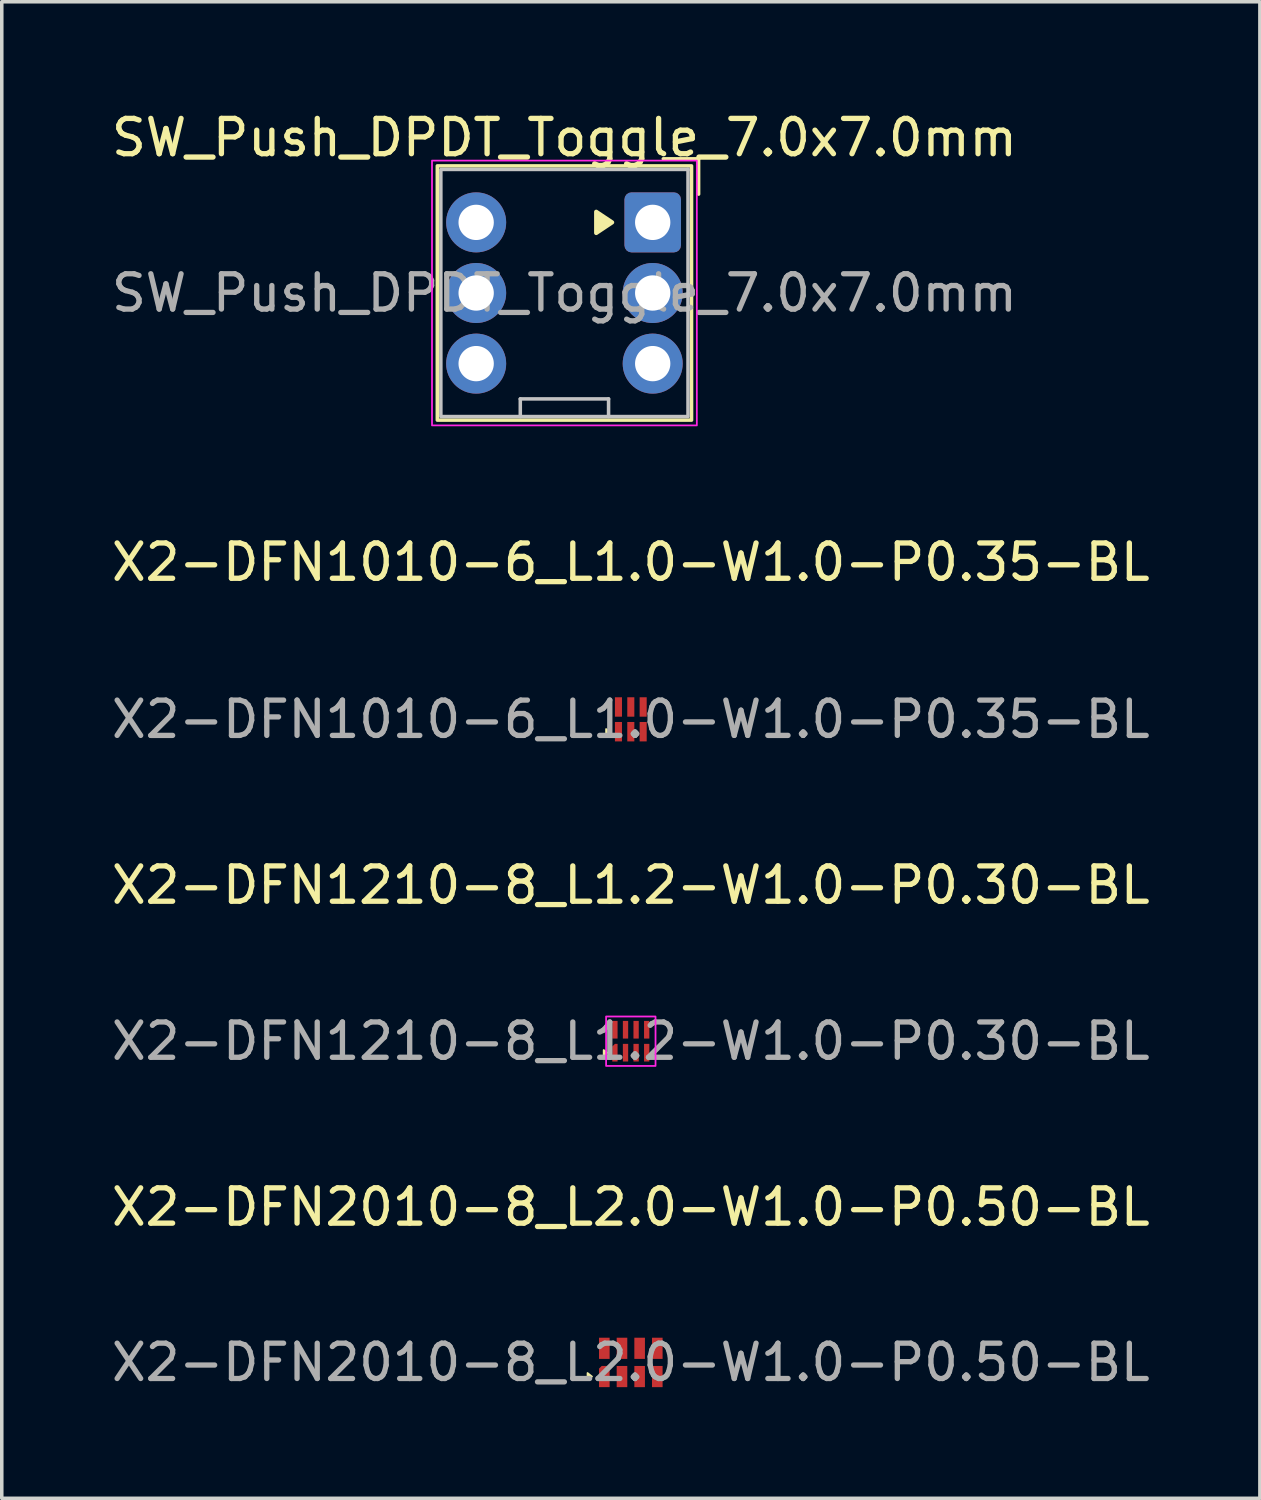
<source format=kicad_pcb>
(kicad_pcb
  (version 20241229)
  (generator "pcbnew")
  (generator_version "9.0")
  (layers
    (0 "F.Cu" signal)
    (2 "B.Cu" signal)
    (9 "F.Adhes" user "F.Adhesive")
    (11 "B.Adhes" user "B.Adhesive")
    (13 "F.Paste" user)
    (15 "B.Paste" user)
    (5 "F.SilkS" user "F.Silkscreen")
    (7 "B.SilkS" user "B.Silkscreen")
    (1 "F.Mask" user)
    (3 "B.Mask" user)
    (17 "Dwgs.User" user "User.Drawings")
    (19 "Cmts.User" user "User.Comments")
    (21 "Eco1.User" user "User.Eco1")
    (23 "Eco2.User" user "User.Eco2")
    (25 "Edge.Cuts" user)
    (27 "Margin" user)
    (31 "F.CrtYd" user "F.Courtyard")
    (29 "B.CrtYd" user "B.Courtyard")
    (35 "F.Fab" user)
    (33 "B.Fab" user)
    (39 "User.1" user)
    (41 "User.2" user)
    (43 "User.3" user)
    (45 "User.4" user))
  (footprint "SW_Push_DPDT_Toggle_7.0x7.0mm"
    (layer "F.Cu")
    (at 12.935 5.248)
    (property "Reference" "SW_Push_DPDT_Toggle_7.0x7.0mm" (at 0 -4.4 0) (layer "F.SilkS") (effects (font (size 1 1) (thickness 0.15))))
    (attr through_hole)
    (fp_line (start 3.8 -3.8) (end 2.8 -3.8) (stroke (width 0.1) (type default)) (layer "F.SilkS"))
    (fp_line (start 3.8 -2.8) (end 3.8 -3.8) (stroke (width 0.1) (type default)) (layer "F.SilkS"))
    (fp_rect (start -3.6 -3.6) (end 3.6 3.6) (stroke (width 0.1) (type default)) (fill no) (layer "F.SilkS"))
    (fp_poly (pts (xy 0.9 -1.7) (xy 0.9 -2.3) (xy 1.35 -2)) (stroke (width 0.12) (type solid)) (fill yes) (layer "F.SilkS"))
    (fp_line (start -1.25 3) (end -1.25 3.5) (stroke (width 0.1) (type default)) (layer "Dwgs.User"))
    (fp_line (start 1.25 3) (end -1.25 3) (stroke (width 0.1) (type default)) (layer "Dwgs.User"))
    (fp_line (start 1.25 3) (end 1.25 3.5) (stroke (width 0.1) (type default)) (layer "Dwgs.User"))
    (fp_rect (start -3.5 -3.5) (end 3.5 3.5) (stroke (width 0.1) (type default)) (fill no) (layer "Dwgs.User"))
    (fp_rect (start -3.75 -3.75) (end 3.75 3.75) (stroke (width 0.05) (type default)) (fill no) (layer "F.CrtYd"))
    (fp_circle (center 3.5 -3.5) (end 3.53 -3.5) (stroke (width 0.06) (type solid)) (fill no) (layer "F.Fab"))
    (fp_text user "${REFERENCE}" (at 0 0 0) (layer "F.Fab") (effects (font (size 1 1) (thickness 0.15))))
    (pad "1" thru_hole roundrect (at 2.5 -2 90) (size 1.7 1.6) (drill 1) (layers "*.Cu" "*.Mask") (roundrect_rratio 0.125))
    (pad "2" thru_hole circle (at 2.5 0 90) (size 1.7 1.7) (drill 1) (layers "*.Cu" "*.Mask"))
    (pad "3" thru_hole circle (at 2.5 2 90) (size 1.7 1.7) (drill 1) (layers "*.Cu" "*.Mask"))
    (pad "4" thru_hole circle (at -2.5 -2 90) (size 1.7 1.7) (drill 1) (layers "*.Cu" "*.Mask"))
    (pad "5" thru_hole circle (at -2.5 0 90) (size 1.7 1.7) (drill 1) (layers "*.Cu" "*.Mask"))
    (pad "6" thru_hole circle (at -2.5 2 90) (size 1.7 1.7) (drill 1) (layers "*.Cu" "*.Mask")))
  (footprint "X2-DFN2010-8_L2.0-W1.0-P0.50-BL"
    (layer "F.Cu")
    (at 14.815 35.535)
    (property "Reference" "X2-DFN2010-8_L2.0-W1.0-P0.50-BL" (at 0 -4.4 0) (layer "F.SilkS") (effects (font (size 1 1) (thickness 0.15))))
    (attr smd)
    (fp_poly (pts (xy -1.1 0.4) (xy -1.225 0.3) (xy -1.225 0.5)) (stroke (width 0.05) (type solid)) (fill yes) (layer "F.SilkS"))
    (fp_text user "${REFERENCE}" (at 0 0 0) (layer "F.Fab") (effects (font (size 1 1) (thickness 0.15))))
    (pad "1" smd roundrect (at -0.75 0.4) (size 0.3 0.6) (layers "F.Cu" "F.Mask" "F.Paste") (roundrect_rratio 0) (chamfer_ratio 0.25) (chamfer top_left))
    (pad "2" smd rect (at -0.25 0.4) (size 0.3 0.6) (layers "F.Cu" "F.Mask" "F.Paste"))
    (pad "3" smd rect (at 0.25 0.4) (size 0.3 0.6) (layers "F.Cu" "F.Mask" "F.Paste"))
    (pad "4" smd rect (at 0.75 0.4) (size 0.3 0.6) (layers "F.Cu" "F.Mask" "F.Paste"))
    (pad "5" smd rect (at 0.75 -0.4) (size 0.3 0.6) (layers "F.Cu" "F.Mask" "F.Paste"))
    (pad "6" smd rect (at 0.25 -0.4) (size 0.3 0.6) (layers "F.Cu" "F.Mask" "F.Paste"))
    (pad "7" smd rect (at -0.25 -0.4) (size 0.3 0.6) (layers "F.Cu" "F.Mask" "F.Paste"))
    (pad "8" smd rect (at -0.75 -0.4) (size 0.3 0.6) (layers "F.Cu" "F.Mask" "F.Paste")))
  (footprint "X2-DFN1010-6_L1.0-W1.0-P0.35-BL"
    (layer "F.Cu")
    (at 14.815 17.322)
    (property "Reference" "X2-DFN1010-6_L1.0-W1.0-P0.35-BL" (at 0 -4.45 0) (layer "F.SilkS") (effects (font (size 1 1) (thickness 0.15))))
    (attr smd)
    (fp_poly (pts (xy -0.6 0.35) (xy -0.7 0.275) (xy -0.7 0.425)) (stroke (width 0.05) (type solid)) (fill yes) (layer "F.SilkS"))
    (fp_text user "${REFERENCE}" (at 0 0 0) (layer "F.Fab") (effects (font (size 1 1) (thickness 0.15))))
    (pad "1" smd rect (at -0.35 0.35 180) (size 0.2 0.55) (layers "F.Cu" "F.Mask" "F.Paste"))
    (pad "2" smd rect (at 0 0.35 180) (size 0.2 0.55) (layers "F.Cu" "F.Mask" "F.Paste"))
    (pad "3" smd rect (at 0.35 0.35 180) (size 0.2 0.55) (layers "F.Cu" "F.Mask" "F.Paste"))
    (pad "4" smd rect (at 0.35 -0.35 180) (size 0.2 0.55) (layers "F.Cu" "F.Mask" "F.Paste"))
    (pad "5" smd rect (at 0 -0.35 180) (size 0.2 0.55) (layers "F.Cu" "F.Mask" "F.Paste"))
    (pad "6" smd rect (at -0.35 -0.35 180) (size 0.2 0.55) (layers "F.Cu" "F.Mask" "F.Paste")))
  (footprint "X2-DFN1210-8_L1.2-W1.0-P0.30-BL"
    (layer "F.Cu")
    (at 14.815 26.438)
    (property "Reference" "X2-DFN1210-8_L1.2-W1.0-P0.30-BL" (at 0 -4.42 0) (layer "F.SilkS") (effects (font (size 1 1) (thickness 0.15))))
    (attr smd)
    (fp_poly (pts (xy -0.668 0.325) (xy -0.768 0.25) (xy -0.768 0.4)) (stroke (width 0.05) (type solid)) (fill yes) (layer "F.SilkS"))
    (fp_rect (start -0.7 -0.7) (end 0.7 0.7) (stroke (width 0.05) (type default)) (fill no) (layer "F.CrtYd"))
    (fp_text user "${REFERENCE}" (at 0 0 0) (layer "F.Fab") (effects (font (size 1 1) (thickness 0.15))))
    (pad "1" smd roundrect (at -0.45 0.325) (size 0.15 0.5) (layers "F.Cu" "F.Mask" "F.Paste") (roundrect_rratio 0) (chamfer_ratio 0.5) (chamfer top_left))
    (pad "2" smd rect (at -0.15 0.325) (size 0.15 0.5) (layers "F.Cu" "F.Mask" "F.Paste"))
    (pad "3" smd rect (at 0.15 0.325) (size 0.15 0.5) (layers "F.Cu" "F.Mask" "F.Paste"))
    (pad "4" smd rect (at 0.45 0.325) (size 0.15 0.5) (layers "F.Cu" "F.Mask" "F.Paste"))
    (pad "5" smd rect (at 0.45 -0.325) (size 0.15 0.5) (layers "F.Cu" "F.Mask" "F.Paste"))
    (pad "6" smd rect (at 0.15 -0.325) (size 0.15 0.5) (layers "F.Cu" "F.Mask" "F.Paste"))
    (pad "7" smd rect (at -0.15 -0.325) (size 0.15 0.5) (layers "F.Cu" "F.Mask" "F.Paste"))
    (pad "8" smd rect (at -0.45 -0.325) (size 0.15 0.5) (layers "F.Cu" "F.Mask" "F.Paste")))
  (gr_rect
    (start -3 -3)
    (end 32.631 39.383)
    (stroke (width 0.1) (type default))
    (fill no)
    (layer "Edge.Cuts")))
</source>
